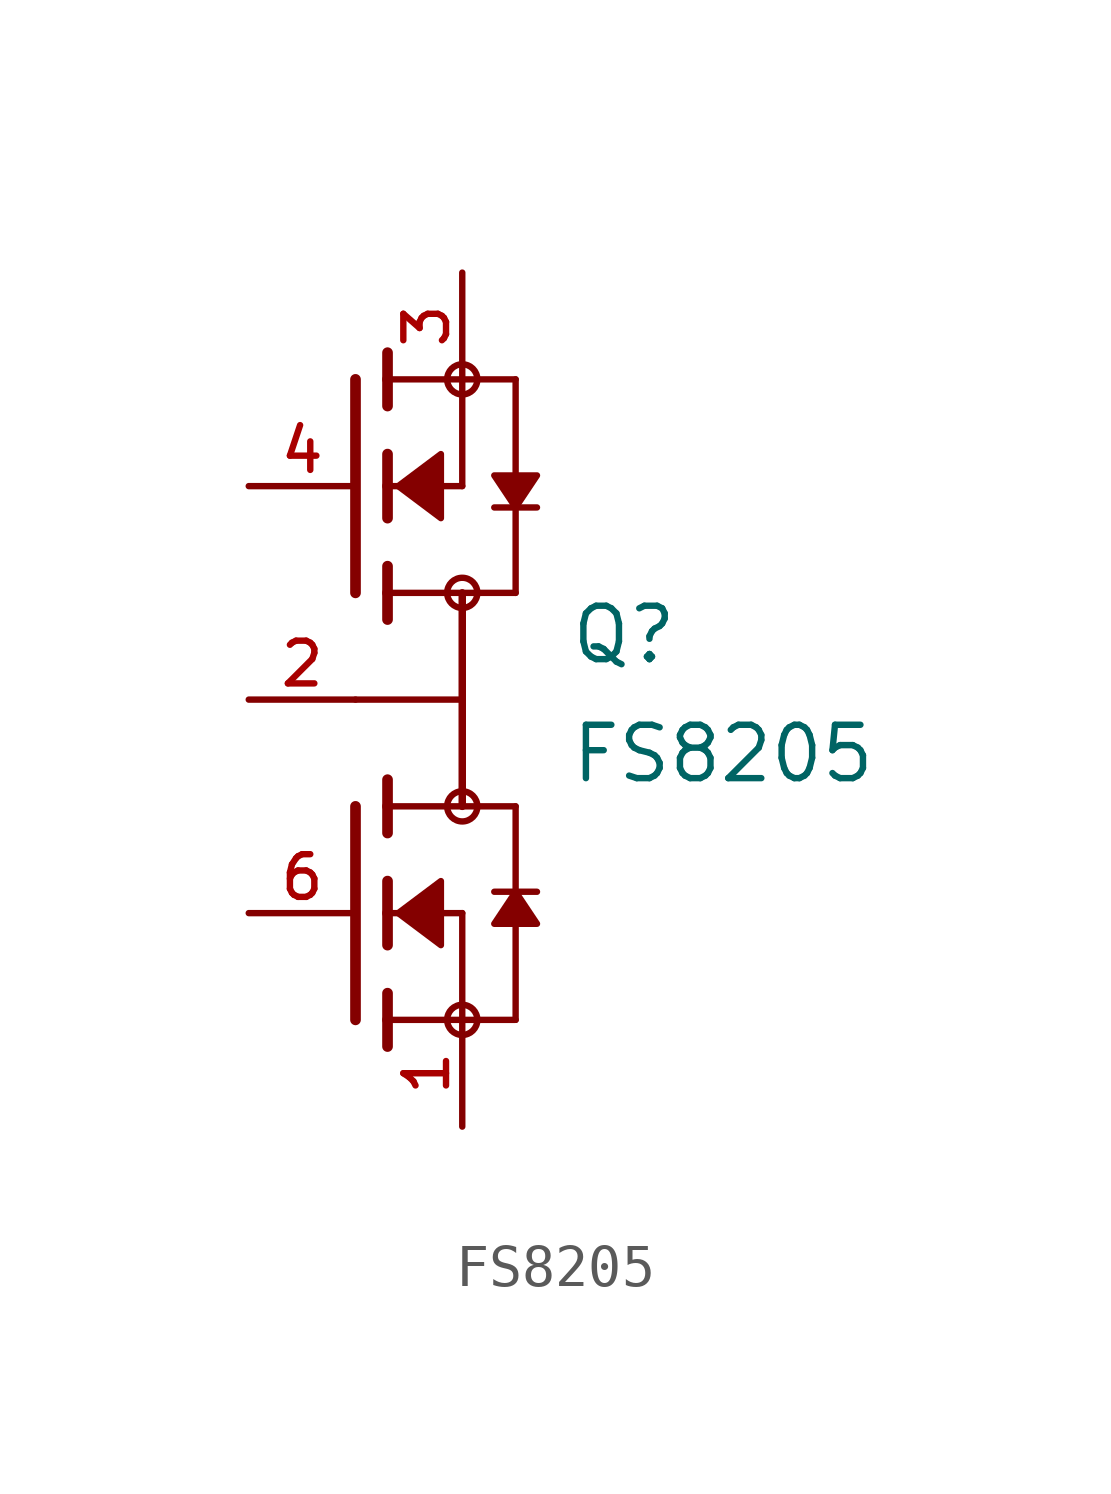
<source format=kicad_sym>
(kicad_symbol_lib
  (version 20211014)
  (generator kicad_symbol_editor)
  (symbol "FS8205"
    (pin_names
      (offset 1.016))
    (property "Reference" "Q"
      (at 2.54 2.286 0)
      (effects (font (size 1.27 1.27)) (justify top left)))
    (property "Value" "FS8205"
      (at 2.54 -2.032 0)
      (effects (font (size 1.27 1.27)) (justify bottom left)))
    (symbol "FS8205_0_0"
      (polyline (pts (xy -1.778 -4.318) (xy -1.778 -5.08)) (stroke (width 0.254)))
      (polyline (pts (xy -1.778 -5.08) (xy -1.778 -5.842)) (stroke (width 0.254)))
      (polyline (pts (xy -1.778 -1.905) (xy -1.778 -2.54)) (stroke (width 0.254)))
      (polyline (pts (xy -1.778 -2.54) (xy -1.778 -3.175)) (stroke (width 0.254)))
      (polyline (pts (xy -1.778 -5.08) (xy 0.0 -5.08)) (stroke (width 0.152)))
      (polyline (pts (xy 0.0 -5.08) (xy 0.0 -7.62)) (stroke (width 0.152)))
      (polyline (pts (xy -1.778 -6.985) (xy -1.778 -7.62)) (stroke (width 0.254)))
      (polyline (pts (xy -1.778 -7.62) (xy -1.778 -8.255)) (stroke (width 0.254)))
      (polyline (pts (xy -2.54 -2.54) (xy -2.54 -7.62)) (stroke (width 0.254)))
      (polyline (pts (xy 0.0 -7.62) (xy -1.778 -7.62)) (stroke (width 0.152)))
      (polyline (pts (xy 1.27 -2.54) (xy 1.27 -4.572)) (stroke (width 0.152)))
      (polyline (pts (xy 1.27 -4.572) (xy 1.27 -7.62)) (stroke (width 0.152)))
      (polyline (pts (xy 0.0 -7.62) (xy 1.27 -7.62)) (stroke (width 0.152)))
      (polyline (pts (xy -1.778 -2.54) (xy 0.0 -2.54)) (stroke (width 0.152)))
      (polyline (pts (xy 0.0 -2.54) (xy 1.27 -2.54)) (stroke (width 0.152)))
      (polyline (pts (xy 1.778 -4.572) (xy 1.27 -4.572)) (stroke (width 0.152)))
      (polyline (pts (xy 1.27 -4.572) (xy 0.762 -4.572)) (stroke (width 0.152)))
      (circle (center 0.0 -7.62) (radius 0.359) (stroke (width 0.0)) (fill (type none)))
      (circle (center 0.0 -2.54) (radius 0.359) (stroke (width 0.0)) (fill (type none)))
      (polyline (pts (xy 1.27 -4.572) (xy 0.762 -5.334) (xy 1.778 -5.334) (xy 1.27 -4.572)) (stroke (width 0.152)) (fill (type outline)))
      (polyline (pts (xy -1.524 -5.08) (xy -0.508 -4.318) (xy -0.508 -5.842) (xy -1.524 -5.08)) (stroke (width 0.152)) (fill (type outline)))
      (polyline (pts (xy -1.778 4.318) (xy -1.778 5.08)) (stroke (width 0.254)))
      (polyline (pts (xy -1.778 5.08) (xy -1.778 5.842)) (stroke (width 0.254)))
      (polyline (pts (xy -1.778 1.905) (xy -1.778 2.54)) (stroke (width 0.254)))
      (polyline (pts (xy -1.778 2.54) (xy -1.778 3.175)) (stroke (width 0.254)))
      (polyline (pts (xy -1.778 5.08) (xy 0.0 5.08)) (stroke (width 0.152)))
      (polyline (pts (xy 0.0 5.08) (xy 0.0 7.62)) (stroke (width 0.152)))
      (polyline (pts (xy -1.778 6.985) (xy -1.778 7.62)) (stroke (width 0.254)))
      (polyline (pts (xy -1.778 7.62) (xy -1.778 8.255)) (stroke (width 0.254)))
      (polyline (pts (xy -2.54 2.54) (xy -2.54 7.62)) (stroke (width 0.254)))
      (polyline (pts (xy 0.0 7.62) (xy -1.778 7.62)) (stroke (width 0.152)))
      (polyline (pts (xy 1.27 2.54) (xy 1.27 4.572)) (stroke (width 0.152)))
      (polyline (pts (xy 1.27 4.572) (xy 1.27 7.62)) (stroke (width 0.152)))
      (polyline (pts (xy 0.0 7.62) (xy 1.27 7.62)) (stroke (width 0.152)))
      (polyline (pts (xy -1.778 2.54) (xy 0.0 2.54)) (stroke (width 0.152)))
      (polyline (pts (xy 0.0 2.54) (xy 1.27 2.54)) (stroke (width 0.152)))
      (polyline (pts (xy 1.778 4.572) (xy 1.27 4.572)) (stroke (width 0.152)))
      (polyline (pts (xy 1.27 4.572) (xy 0.762 4.572)) (stroke (width 0.152)))
      (circle (center 0.0 7.62) (radius 0.359) (stroke (width 0.0)) (fill (type none)))
      (circle (center 0.0 2.54) (radius 0.359) (stroke (width 0.0)) (fill (type none)))
      (polyline (pts (xy 1.27 4.572) (xy 0.762 5.334) (xy 1.778 5.334) (xy 1.27 4.572)) (stroke (width 0.152)) (fill (type outline)))
      (polyline (pts (xy -1.524 5.08) (xy -0.508 4.318) (xy -0.508 5.842) (xy -1.524 5.08)) (stroke (width 0.152)) (fill (type outline)))
      (polyline (pts (xy 0.0 2.54) (xy 0.0 0.0)) (stroke (width 0.178)))
      (polyline (pts (xy 0.0 0.0) (xy 0.0 -2.54)) (stroke (width 0.178)))
      (polyline (pts (xy -2.54 0.0) (xy 0.0 0.0)) (stroke (width 0.152)))
      (pin passive line (at 0.0 -10.16 90.0) (length 2.54) (name "~" (effects (font (size 1.016 1.016)))) (number "1" (effects (font (size 1.016 1.016)))))
      (pin passive line (at -5.08 0.0 0) (length 2.54) (name "~" (effects (font (size 1.016 1.016)))) (number "2" (effects (font (size 1.016 1.016)))))
      (pin passive line (at -5.08 0.0 0) (length 2.54) hide (name "~" (effects (font (size 1.016 1.016)))) (number "5" (effects (font (size 1.016 1.016)))))
      (pin passive line (at 0.0 10.16 270.0) (length 2.54) (name "~" (effects (font (size 1.016 1.016)))) (number "3" (effects (font (size 1.016 1.016)))))
      (pin passive line (at -5.08 -5.08 0) (length 2.54) (name "~" (effects (font (size 1.016 1.016)))) (number "6" (effects (font (size 1.016 1.016)))))
      (pin passive line (at -5.08 5.08 0) (length 2.54) (name "~" (effects (font (size 1.016 1.016)))) (number "4" (effects (font (size 1.016 1.016))))))))
</source>
